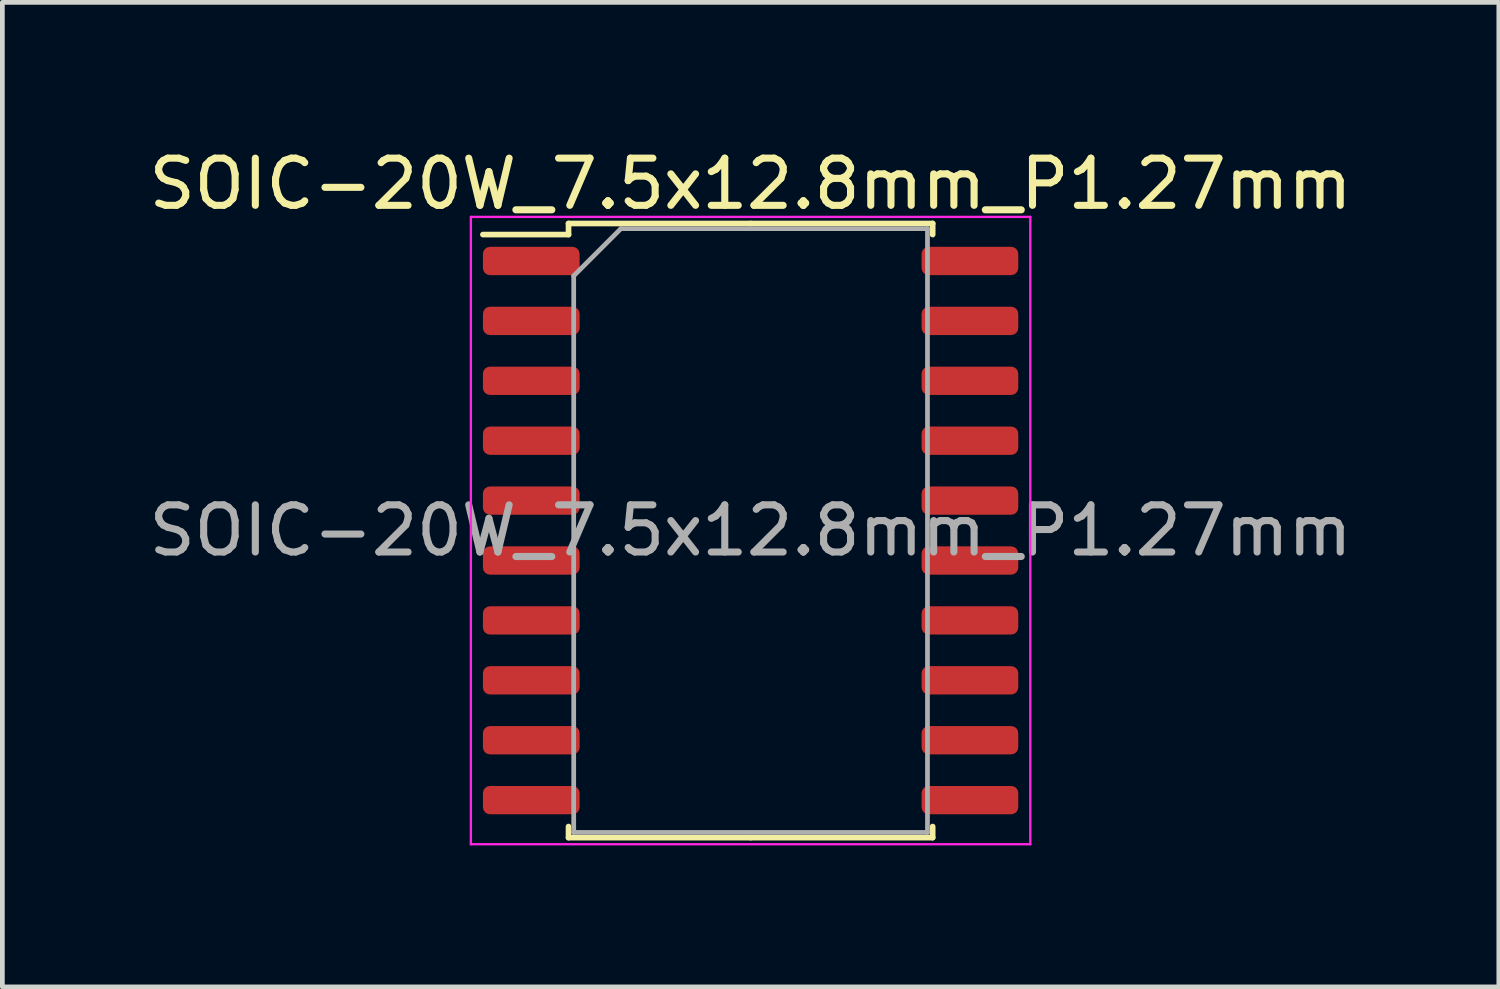
<source format=kicad_pcb>
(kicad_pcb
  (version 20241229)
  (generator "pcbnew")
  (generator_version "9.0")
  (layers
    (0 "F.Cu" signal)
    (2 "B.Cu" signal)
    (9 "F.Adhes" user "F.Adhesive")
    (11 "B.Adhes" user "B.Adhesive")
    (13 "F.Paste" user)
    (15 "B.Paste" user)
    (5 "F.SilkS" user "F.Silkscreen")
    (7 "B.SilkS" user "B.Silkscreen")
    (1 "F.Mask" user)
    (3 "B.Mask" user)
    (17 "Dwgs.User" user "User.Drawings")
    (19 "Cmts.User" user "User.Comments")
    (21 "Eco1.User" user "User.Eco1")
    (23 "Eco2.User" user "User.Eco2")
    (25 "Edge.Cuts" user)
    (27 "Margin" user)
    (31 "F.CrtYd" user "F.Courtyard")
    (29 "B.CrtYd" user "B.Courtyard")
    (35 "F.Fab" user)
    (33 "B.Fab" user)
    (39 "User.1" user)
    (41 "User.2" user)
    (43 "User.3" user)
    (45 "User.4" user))
  (footprint "SOIC-20W_7.5x12.8mm_P1.27mm"
    (layer "F.Cu")
    (at 12.863 8.198)
    (property "Reference" "SOIC-20W_7.5x12.8mm_P1.27mm" (at 0 -7.35 0) (layer "F.SilkS") (effects (font (size 1 1) (thickness 0.15))))
    (attr smd)
    (fp_line (start -3.86 -6.51) (end -3.86 -6.275) (stroke (width 0.12) (type solid)) (layer "F.SilkS"))
    (fp_line (start -3.86 -6.275) (end -5.675 -6.275) (stroke (width 0.12) (type solid)) (layer "F.SilkS"))
    (fp_line (start -3.86 6.51) (end -3.86 6.275) (stroke (width 0.12) (type solid)) (layer "F.SilkS"))
    (fp_line (start 0 -6.51) (end -3.86 -6.51) (stroke (width 0.12) (type solid)) (layer "F.SilkS"))
    (fp_line (start 0 -6.51) (end 3.86 -6.51) (stroke (width 0.12) (type solid)) (layer "F.SilkS"))
    (fp_line (start 0 6.51) (end -3.86 6.51) (stroke (width 0.12) (type solid)) (layer "F.SilkS"))
    (fp_line (start 0 6.51) (end 3.86 6.51) (stroke (width 0.12) (type solid)) (layer "F.SilkS"))
    (fp_line (start 3.86 -6.51) (end 3.86 -6.275) (stroke (width 0.12) (type solid)) (layer "F.SilkS"))
    (fp_line (start 3.86 6.51) (end 3.86 6.275) (stroke (width 0.12) (type solid)) (layer "F.SilkS"))
    (fp_line (start -5.93 -6.65) (end -5.93 6.65) (stroke (width 0.05) (type solid)) (layer "F.CrtYd"))
    (fp_line (start -5.93 6.65) (end 5.93 6.65) (stroke (width 0.05) (type solid)) (layer "F.CrtYd"))
    (fp_line (start 5.93 -6.65) (end -5.93 -6.65) (stroke (width 0.05) (type solid)) (layer "F.CrtYd"))
    (fp_line (start 5.93 6.65) (end 5.93 -6.65) (stroke (width 0.05) (type solid)) (layer "F.CrtYd"))
    (fp_line (start -3.75 -5.4) (end -2.75 -6.4) (stroke (width 0.1) (type solid)) (layer "F.Fab"))
    (fp_line (start -3.75 6.4) (end -3.75 -5.4) (stroke (width 0.1) (type solid)) (layer "F.Fab"))
    (fp_line (start -2.75 -6.4) (end 3.75 -6.4) (stroke (width 0.1) (type solid)) (layer "F.Fab"))
    (fp_line (start 3.75 -6.4) (end 3.75 6.4) (stroke (width 0.1) (type solid)) (layer "F.Fab"))
    (fp_line (start 3.75 6.4) (end -3.75 6.4) (stroke (width 0.1) (type solid)) (layer "F.Fab"))
    (fp_text user "${REFERENCE}" (at 0 0 0) (layer "F.Fab") (effects (font (size 1 1) (thickness 0.15))))
    (pad "1" smd roundrect (at -4.65 -5.715) (size 2.05 0.6) (layers "F.Cu" "F.Mask" "F.Paste") (roundrect_rratio 0.25))
    (pad "2" smd roundrect (at -4.65 -4.445) (size 2.05 0.6) (layers "F.Cu" "F.Mask" "F.Paste") (roundrect_rratio 0.25))
    (pad "3" smd roundrect (at -4.65 -3.175) (size 2.05 0.6) (layers "F.Cu" "F.Mask" "F.Paste") (roundrect_rratio 0.25))
    (pad "4" smd roundrect (at -4.65 -1.905) (size 2.05 0.6) (layers "F.Cu" "F.Mask" "F.Paste") (roundrect_rratio 0.25))
    (pad "5" smd roundrect (at -4.65 -0.635) (size 2.05 0.6) (layers "F.Cu" "F.Mask" "F.Paste") (roundrect_rratio 0.25))
    (pad "6" smd roundrect (at -4.65 0.635) (size 2.05 0.6) (layers "F.Cu" "F.Mask" "F.Paste") (roundrect_rratio 0.25))
    (pad "7" smd roundrect (at -4.65 1.905) (size 2.05 0.6) (layers "F.Cu" "F.Mask" "F.Paste") (roundrect_rratio 0.25))
    (pad "8" smd roundrect (at -4.65 3.175) (size 2.05 0.6) (layers "F.Cu" "F.Mask" "F.Paste") (roundrect_rratio 0.25))
    (pad "9" smd roundrect (at -4.65 4.445) (size 2.05 0.6) (layers "F.Cu" "F.Mask" "F.Paste") (roundrect_rratio 0.25))
    (pad "10" smd roundrect (at -4.65 5.715) (size 2.05 0.6) (layers "F.Cu" "F.Mask" "F.Paste") (roundrect_rratio 0.25))
    (pad "11" smd roundrect (at 4.65 5.715) (size 2.05 0.6) (layers "F.Cu" "F.Mask" "F.Paste") (roundrect_rratio 0.25))
    (pad "12" smd roundrect (at 4.65 4.445) (size 2.05 0.6) (layers "F.Cu" "F.Mask" "F.Paste") (roundrect_rratio 0.25))
    (pad "13" smd roundrect (at 4.65 3.175) (size 2.05 0.6) (layers "F.Cu" "F.Mask" "F.Paste") (roundrect_rratio 0.25))
    (pad "14" smd roundrect (at 4.65 1.905) (size 2.05 0.6) (layers "F.Cu" "F.Mask" "F.Paste") (roundrect_rratio 0.25))
    (pad "15" smd roundrect (at 4.65 0.635) (size 2.05 0.6) (layers "F.Cu" "F.Mask" "F.Paste") (roundrect_rratio 0.25))
    (pad "16" smd roundrect (at 4.65 -0.635) (size 2.05 0.6) (layers "F.Cu" "F.Mask" "F.Paste") (roundrect_rratio 0.25))
    (pad "17" smd roundrect (at 4.65 -1.905) (size 2.05 0.6) (layers "F.Cu" "F.Mask" "F.Paste") (roundrect_rratio 0.25))
    (pad "18" smd roundrect (at 4.65 -3.175) (size 2.05 0.6) (layers "F.Cu" "F.Mask" "F.Paste") (roundrect_rratio 0.25))
    (pad "19" smd roundrect (at 4.65 -4.445) (size 2.05 0.6) (layers "F.Cu" "F.Mask" "F.Paste") (roundrect_rratio 0.25))
    (pad "20" smd roundrect (at 4.65 -5.715) (size 2.05 0.6) (layers "F.Cu" "F.Mask" "F.Paste") (roundrect_rratio 0.25)))
  (gr_rect
    (start -3 -3)
    (end 28.726 17.873)
    (stroke (width 0.1) (type default))
    (fill no)
    (layer "Edge.Cuts")))
</source>
